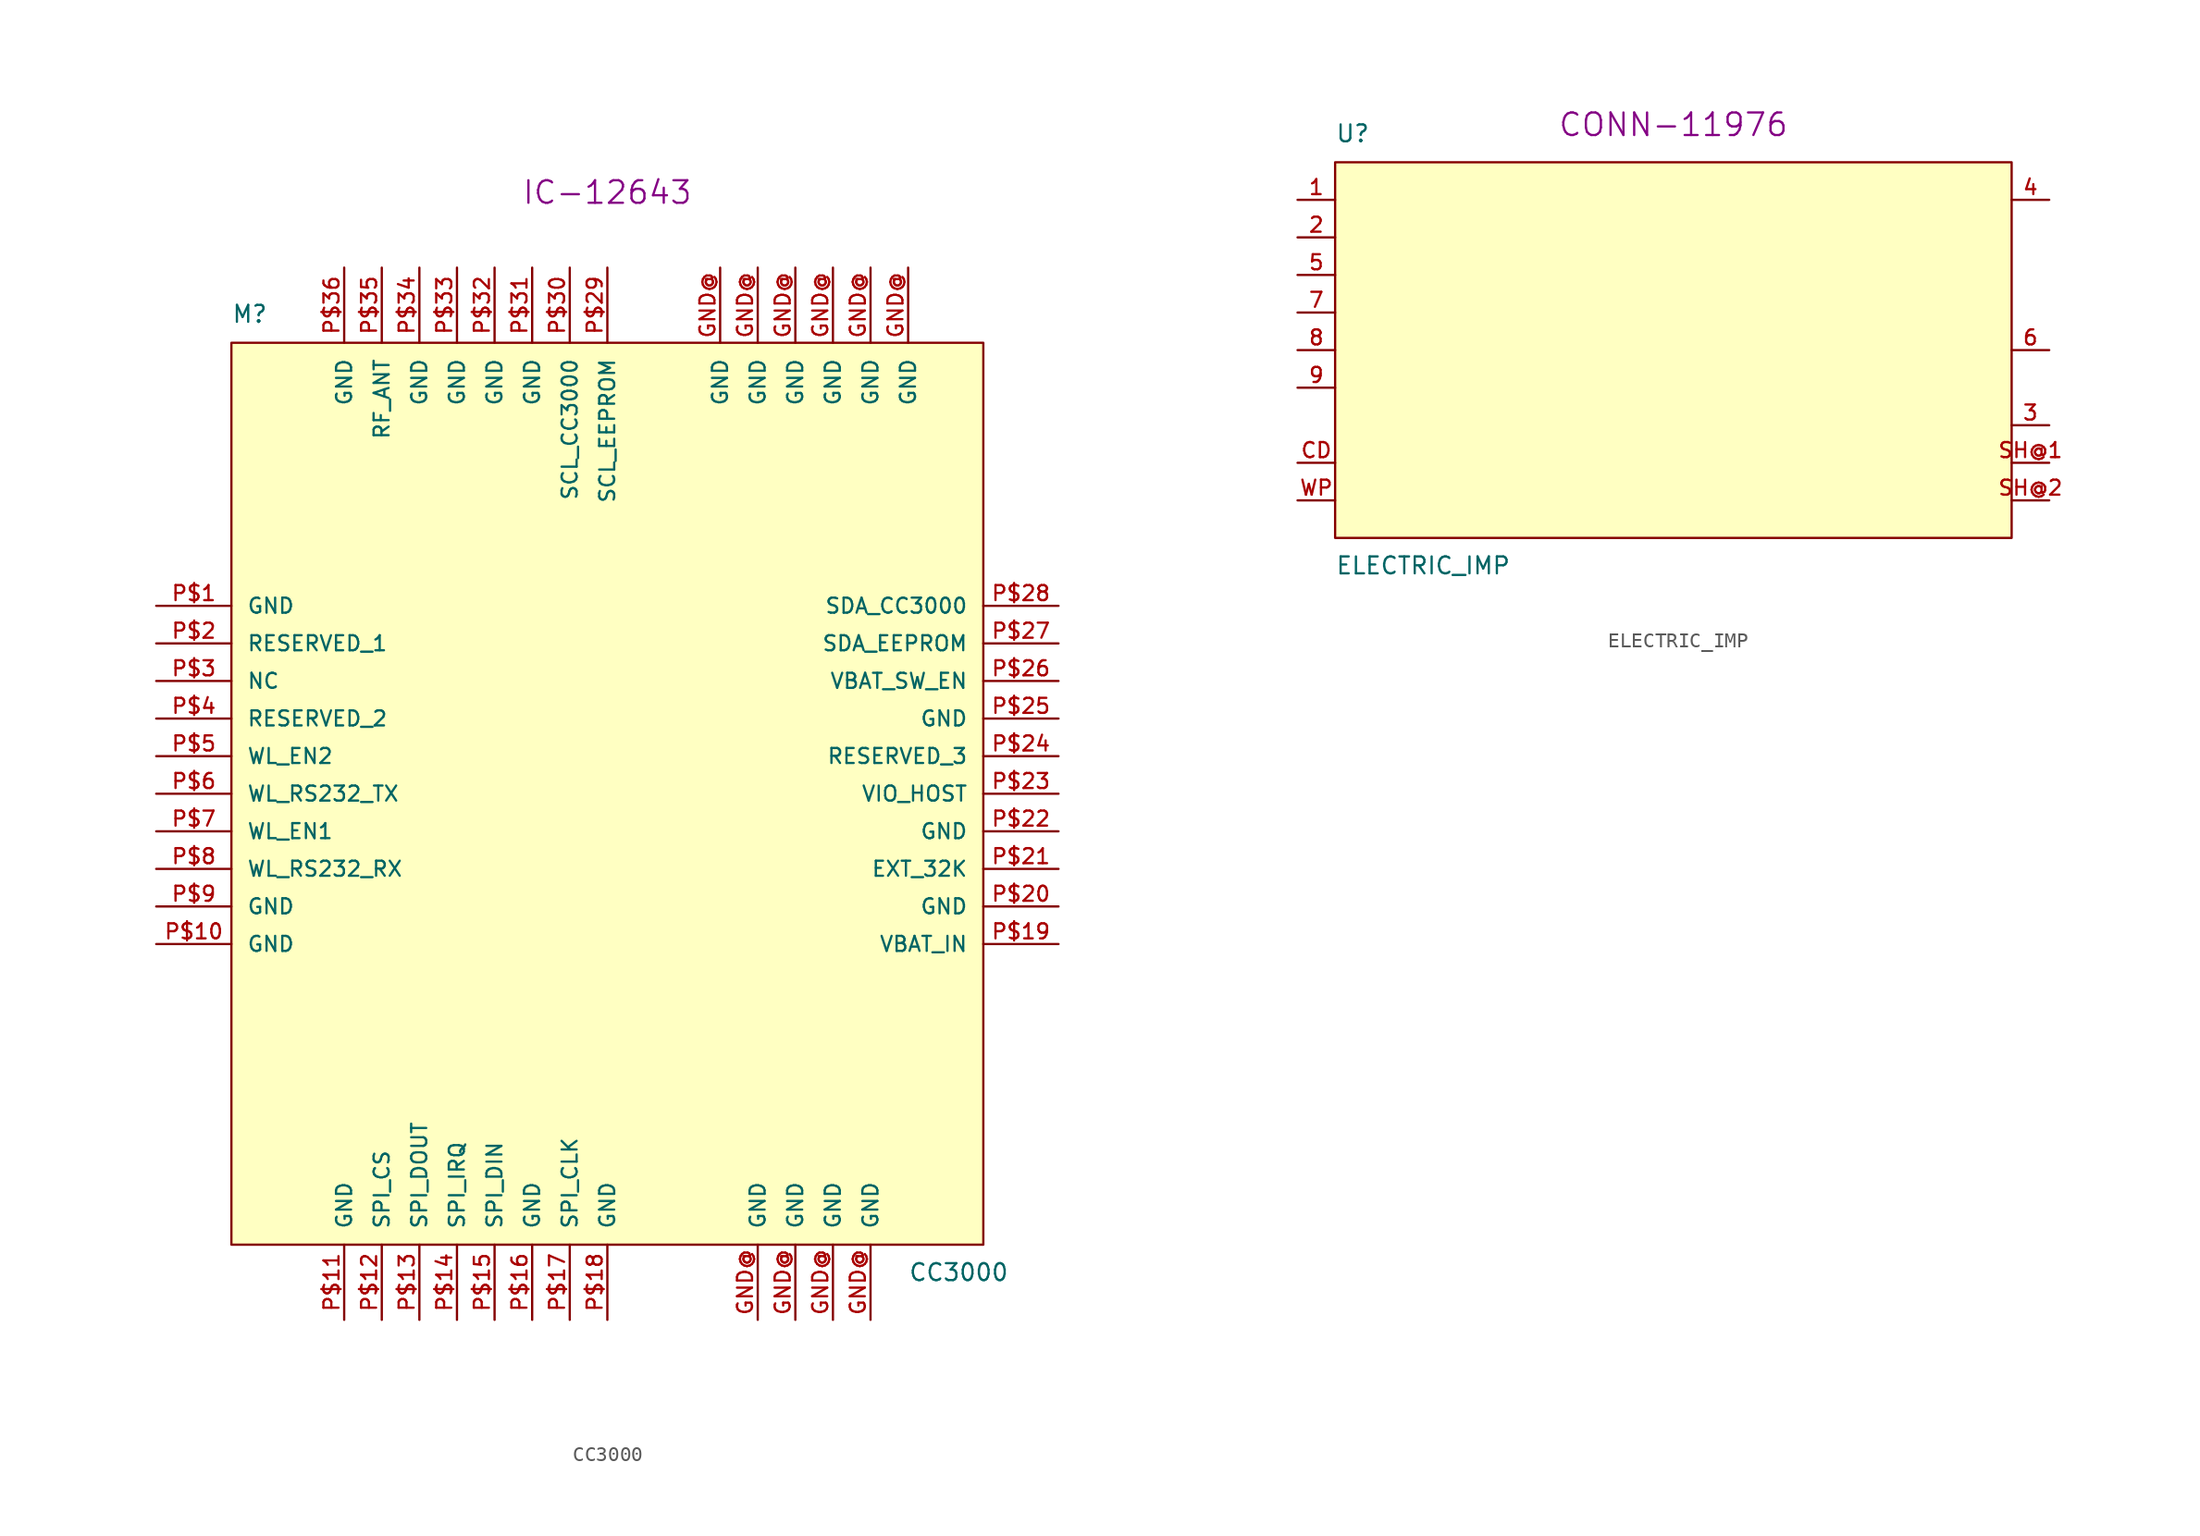
<source format=kicad_sym>
(kicad_symbol_lib
  (version 20201005)
  (generator kicad_symbol_editor)
  (symbol "CC3000"
    (pin_names
      (offset 1.016))
    (property "Reference" "M"
      (at -25.4 31.75 0)
      (effects (font (size 1.143 1.143)) (justify left bottom)))
    (property "Value" "CC3000"
      (at 20.32 -33.02 0)
      (effects (font (size 1.143 1.143)) (justify left bottom)))
    (property "Field4" "IC-12643"
      (at 0 40.64 0)
      (effects (font (size 1.524 1.524))))
    (property "ki_locked" ""
      (at 0 0 0)
      (effects (font (size 1.27 1.27))))
    (symbol "CC3000_1_1"
      (polyline (pts (xy -25.4 30.48) (xy 25.4 30.48) (xy 25.4 -30.48) (xy -25.4 -30.48) (xy -25.4 30.48)) (stroke (width 0)) (fill (type background)))
      (pin bidirectional line (at -30.48 12.7 0) (length 5.08) (name "GND" (effects (font (size 1.016 1.016)))) (number "P$1" (effects (font (size 1.016 1.016)))))
      (pin bidirectional line (at -30.48 10.16 0) (length 5.08) (name "RESERVED_1" (effects (font (size 1.016 1.016)))) (number "P$2" (effects (font (size 1.016 1.016)))))
      (pin bidirectional line (at -30.48 7.62 0) (length 5.08) (name "NC" (effects (font (size 1.016 1.016)))) (number "P$3" (effects (font (size 1.016 1.016)))))
      (pin bidirectional line (at -30.48 5.08 0) (length 5.08) (name "RESERVED_2" (effects (font (size 1.016 1.016)))) (number "P$4" (effects (font (size 1.016 1.016)))))
      (pin bidirectional line (at -30.48 2.54 0) (length 5.08) (name "WL_EN2" (effects (font (size 1.016 1.016)))) (number "P$5" (effects (font (size 1.016 1.016)))))
      (pin bidirectional line (at -30.48 0 0) (length 5.08) (name "WL_RS232_TX" (effects (font (size 1.016 1.016)))) (number "P$6" (effects (font (size 1.016 1.016)))))
      (pin bidirectional line (at -30.48 -2.54 0) (length 5.08) (name "WL_EN1" (effects (font (size 1.016 1.016)))) (number "P$7" (effects (font (size 1.016 1.016)))))
      (pin bidirectional line (at -30.48 -5.08 0) (length 5.08) (name "WL_RS232_RX" (effects (font (size 1.016 1.016)))) (number "P$8" (effects (font (size 1.016 1.016)))))
      (pin bidirectional line (at -30.48 -7.62 0) (length 5.08) (name "GND" (effects (font (size 1.016 1.016)))) (number "P$9" (effects (font (size 1.016 1.016)))))
      (pin bidirectional line (at -30.48 -10.16 0) (length 5.08) (name "GND" (effects (font (size 1.016 1.016)))) (number "P$10" (effects (font (size 1.016 1.016)))))
      (pin bidirectional line (at 30.48 -7.62 180) (length 5.08) (name "GND" (effects (font (size 1.016 1.016)))) (number "P$20" (effects (font (size 1.016 1.016)))))
      (pin bidirectional line (at -2.54 35.56 270) (length 5.08) (name "SCL_CC3000" (effects (font (size 1.016 1.016)))) (number "P$30" (effects (font (size 1.016 1.016)))))
      (pin bidirectional line (at -17.78 -35.56 90) (length 5.08) (name "GND" (effects (font (size 1.016 1.016)))) (number "P$11" (effects (font (size 1.016 1.016)))))
      (pin bidirectional line (at 30.48 -5.08 180) (length 5.08) (name "EXT_32K" (effects (font (size 1.016 1.016)))) (number "P$21" (effects (font (size 1.016 1.016)))))
      (pin bidirectional line (at -5.08 35.56 270) (length 5.08) (name "GND" (effects (font (size 1.016 1.016)))) (number "P$31" (effects (font (size 1.016 1.016)))))
      (pin bidirectional line (at -15.24 -35.56 90) (length 5.08) (name "SPI_CS" (effects (font (size 1.016 1.016)))) (number "P$12" (effects (font (size 1.016 1.016)))))
      (pin bidirectional line (at 30.48 -2.54 180) (length 5.08) (name "GND" (effects (font (size 1.016 1.016)))) (number "P$22" (effects (font (size 1.016 1.016)))))
      (pin bidirectional line (at -7.62 35.56 270) (length 5.08) (name "GND" (effects (font (size 1.016 1.016)))) (number "P$32" (effects (font (size 1.016 1.016)))))
      (pin bidirectional line (at -12.7 -35.56 90) (length 5.08) (name "SPI_DOUT" (effects (font (size 1.016 1.016)))) (number "P$13" (effects (font (size 1.016 1.016)))))
      (pin bidirectional line (at 30.48 0 180) (length 5.08) (name "VIO_HOST" (effects (font (size 1.016 1.016)))) (number "P$23" (effects (font (size 1.016 1.016)))))
      (pin bidirectional line (at -10.16 35.56 270) (length 5.08) (name "GND" (effects (font (size 1.016 1.016)))) (number "P$33" (effects (font (size 1.016 1.016)))))
      (pin bidirectional line (at -10.16 -35.56 90) (length 5.08) (name "SPI_IRQ" (effects (font (size 1.016 1.016)))) (number "P$14" (effects (font (size 1.016 1.016)))))
      (pin bidirectional line (at 30.48 2.54 180) (length 5.08) (name "RESERVED_3" (effects (font (size 1.016 1.016)))) (number "P$24" (effects (font (size 1.016 1.016)))))
      (pin bidirectional line (at -12.7 35.56 270) (length 5.08) (name "GND" (effects (font (size 1.016 1.016)))) (number "P$34" (effects (font (size 1.016 1.016)))))
      (pin bidirectional line (at -7.62 -35.56 90) (length 5.08) (name "SPI_DIN" (effects (font (size 1.016 1.016)))) (number "P$15" (effects (font (size 1.016 1.016)))))
      (pin bidirectional line (at 30.48 5.08 180) (length 5.08) (name "GND" (effects (font (size 1.016 1.016)))) (number "P$25" (effects (font (size 1.016 1.016)))))
      (pin bidirectional line (at -15.24 35.56 270) (length 5.08) (name "RF_ANT" (effects (font (size 1.016 1.016)))) (number "P$35" (effects (font (size 1.016 1.016)))))
      (pin bidirectional line (at -5.08 -35.56 90) (length 5.08) (name "GND" (effects (font (size 1.016 1.016)))) (number "P$16" (effects (font (size 1.016 1.016)))))
      (pin bidirectional line (at 30.48 7.62 180) (length 5.08) (name "VBAT_SW_EN" (effects (font (size 1.016 1.016)))) (number "P$26" (effects (font (size 1.016 1.016)))))
      (pin bidirectional line (at -17.78 35.56 270) (length 5.08) (name "GND" (effects (font (size 1.016 1.016)))) (number "P$36" (effects (font (size 1.016 1.016)))))
      (pin bidirectional line (at -2.54 -35.56 90) (length 5.08) (name "SPI_CLK" (effects (font (size 1.016 1.016)))) (number "P$17" (effects (font (size 1.016 1.016)))))
      (pin bidirectional line (at 30.48 10.16 180) (length 5.08) (name "SDA_EEPROM" (effects (font (size 1.016 1.016)))) (number "P$27" (effects (font (size 1.016 1.016)))))
      (pin bidirectional line (at 0 -35.56 90) (length 5.08) (name "GND" (effects (font (size 1.016 1.016)))) (number "P$18" (effects (font (size 1.016 1.016)))))
      (pin bidirectional line (at 30.48 12.7 180) (length 5.08) (name "SDA_CC3000" (effects (font (size 1.016 1.016)))) (number "P$28" (effects (font (size 1.016 1.016)))))
      (pin bidirectional line (at 30.48 -10.16 180) (length 5.08) (name "VBAT_IN" (effects (font (size 1.016 1.016)))) (number "P$19" (effects (font (size 1.016 1.016)))))
      (pin bidirectional line (at 0 35.56 270) (length 5.08) (name "SCL_EEPROM" (effects (font (size 1.016 1.016)))) (number "P$29" (effects (font (size 1.016 1.016)))))
      (pin bidirectional line (at 7.62 35.56 270) (length 5.08) (name "GND" (effects (font (size 1.016 1.016)))) (number "GND@" (effects (font (size 1.016 1.016)))))
      (pin bidirectional line (at 10.16 -35.56 90) (length 5.08) (name "GND" (effects (font (size 1.016 1.016)))) (number "GND@" (effects (font (size 1.016 1.016)))))
      (pin bidirectional line (at 10.16 35.56 270) (length 5.08) (name "GND" (effects (font (size 1.016 1.016)))) (number "GND@" (effects (font (size 1.016 1.016)))))
      (pin bidirectional line (at 12.7 -35.56 90) (length 5.08) (name "GND" (effects (font (size 1.016 1.016)))) (number "GND@" (effects (font (size 1.016 1.016)))))
      (pin bidirectional line (at 12.7 35.56 270) (length 5.08) (name "GND" (effects (font (size 1.016 1.016)))) (number "GND@" (effects (font (size 1.016 1.016)))))
      (pin bidirectional line (at 15.24 -35.56 90) (length 5.08) (name "GND" (effects (font (size 1.016 1.016)))) (number "GND@" (effects (font (size 1.016 1.016)))))
      (pin bidirectional line (at 15.24 35.56 270) (length 5.08) (name "GND" (effects (font (size 1.016 1.016)))) (number "GND@" (effects (font (size 1.016 1.016)))))
      (pin bidirectional line (at 17.78 -35.56 90) (length 5.08) (name "GND" (effects (font (size 1.016 1.016)))) (number "GND@" (effects (font (size 1.016 1.016)))))
      (pin bidirectional line (at 17.78 35.56 270) (length 5.08) (name "GND" (effects (font (size 1.016 1.016)))) (number "GND@" (effects (font (size 1.016 1.016)))))
      (pin bidirectional line (at 20.32 35.56 270) (length 5.08) (name "GND" (effects (font (size 1.016 1.016)))) (number "GND@" (effects (font (size 1.016 1.016)))))))
  (symbol "ELECTRIC_IMP"
    (pin_names
      (offset 1.016) hide)
    (property "Reference" "U"
      (at -22.86 13.97 0)
      (effects (font (size 1.143 1.143)) (justify left bottom)))
    (property "Value" "ELECTRIC_IMP"
      (at -22.86 -15.24 0)
      (effects (font (size 1.143 1.143)) (justify left bottom)))
    (property "Field4" "CONN-11976"
      (at 0 15.24 0)
      (effects (font (size 1.524 1.524))))
    (property "ki_locked" ""
      (at 0 0 0)
      (effects (font (size 1.27 1.27))))
    (symbol "ELECTRIC_IMP_1_1"
      (polyline (pts (xy -22.86 12.7) (xy -22.86 -12.7) (xy 22.86 -12.7) (xy 22.86 12.7) (xy -22.86 12.7)) (stroke (width 0)) (fill (type background)))
      (pin bidirectional line (at -25.4 10.16 0) (length 2.54) (name "1(CLK2/CTS1/TX3/SCL2)" (effects (font (size 1.016 1.016)))) (number "1" (effects (font (size 1.016 1.016)))))
      (pin bidirectional line (at -25.4 7.62 0) (length 2.54) (name "2(MISO1/MOSI2/RTS1/RX3/SDA2)" (effects (font (size 1.016 1.016)))) (number "2" (effects (font (size 1.016 1.016)))))
      (pin bidirectional line (at 25.4 -5.08 180) (length 2.54) (name "GND" (effects (font (size 1.016 1.016)))) (number "3" (effects (font (size 1.016 1.016)))))
      (pin bidirectional line (at 25.4 10.16 180) (length 2.54) (name "VDD" (effects (font (size 1.016 1.016)))) (number "4" (effects (font (size 1.016 1.016)))))
      (pin bidirectional line (at -25.4 5.08 0) (length 2.54) (name "5(SCLK1/SCLK2/TX2)" (effects (font (size 1.016 1.016)))) (number "5" (effects (font (size 1.016 1.016)))))
      (pin bidirectional line (at 25.4 0 180) (length 2.54) (name "ID" (effects (font (size 1.016 1.016)))) (number "6" (effects (font (size 1.016 1.016)))))
      (pin bidirectional line (at -25.4 2.54 0) (length 2.54) (name "7(MOSI1/MISO2/RX2)" (effects (font (size 1.016 1.016)))) (number "7" (effects (font (size 1.016 1.016)))))
      (pin bidirectional line (at -25.4 0 0) (length 2.54) (name "8(MOSI2/TX1/SCL1)" (effects (font (size 1.016 1.016)))) (number "8" (effects (font (size 1.016 1.016)))))
      (pin bidirectional line (at -25.4 -2.54 0) (length 2.54) (name "9(MISO2/RX1/SDA1)" (effects (font (size 1.016 1.016)))) (number "9" (effects (font (size 1.016 1.016)))))
      (pin bidirectional line (at -25.4 -7.62 0) (length 2.54) (name "CD" (effects (font (size 1.016 1.016)))) (number "CD" (effects (font (size 1.016 1.016)))))
      (pin bidirectional line (at -25.4 -10.16 0) (length 2.54) (name "WP" (effects (font (size 1.016 1.016)))) (number "WP" (effects (font (size 1.016 1.016)))))
      (pin bidirectional line (at 25.4 -7.62 180) (length 2.54) (name "S1" (effects (font (size 1.016 1.016)))) (number "SH@1" (effects (font (size 1.016 1.016)))))
      (pin bidirectional line (at 25.4 -10.16 180) (length 2.54) (name "S2" (effects (font (size 1.016 1.016)))) (number "SH@2" (effects (font (size 1.016 1.016))))))))
</source>
